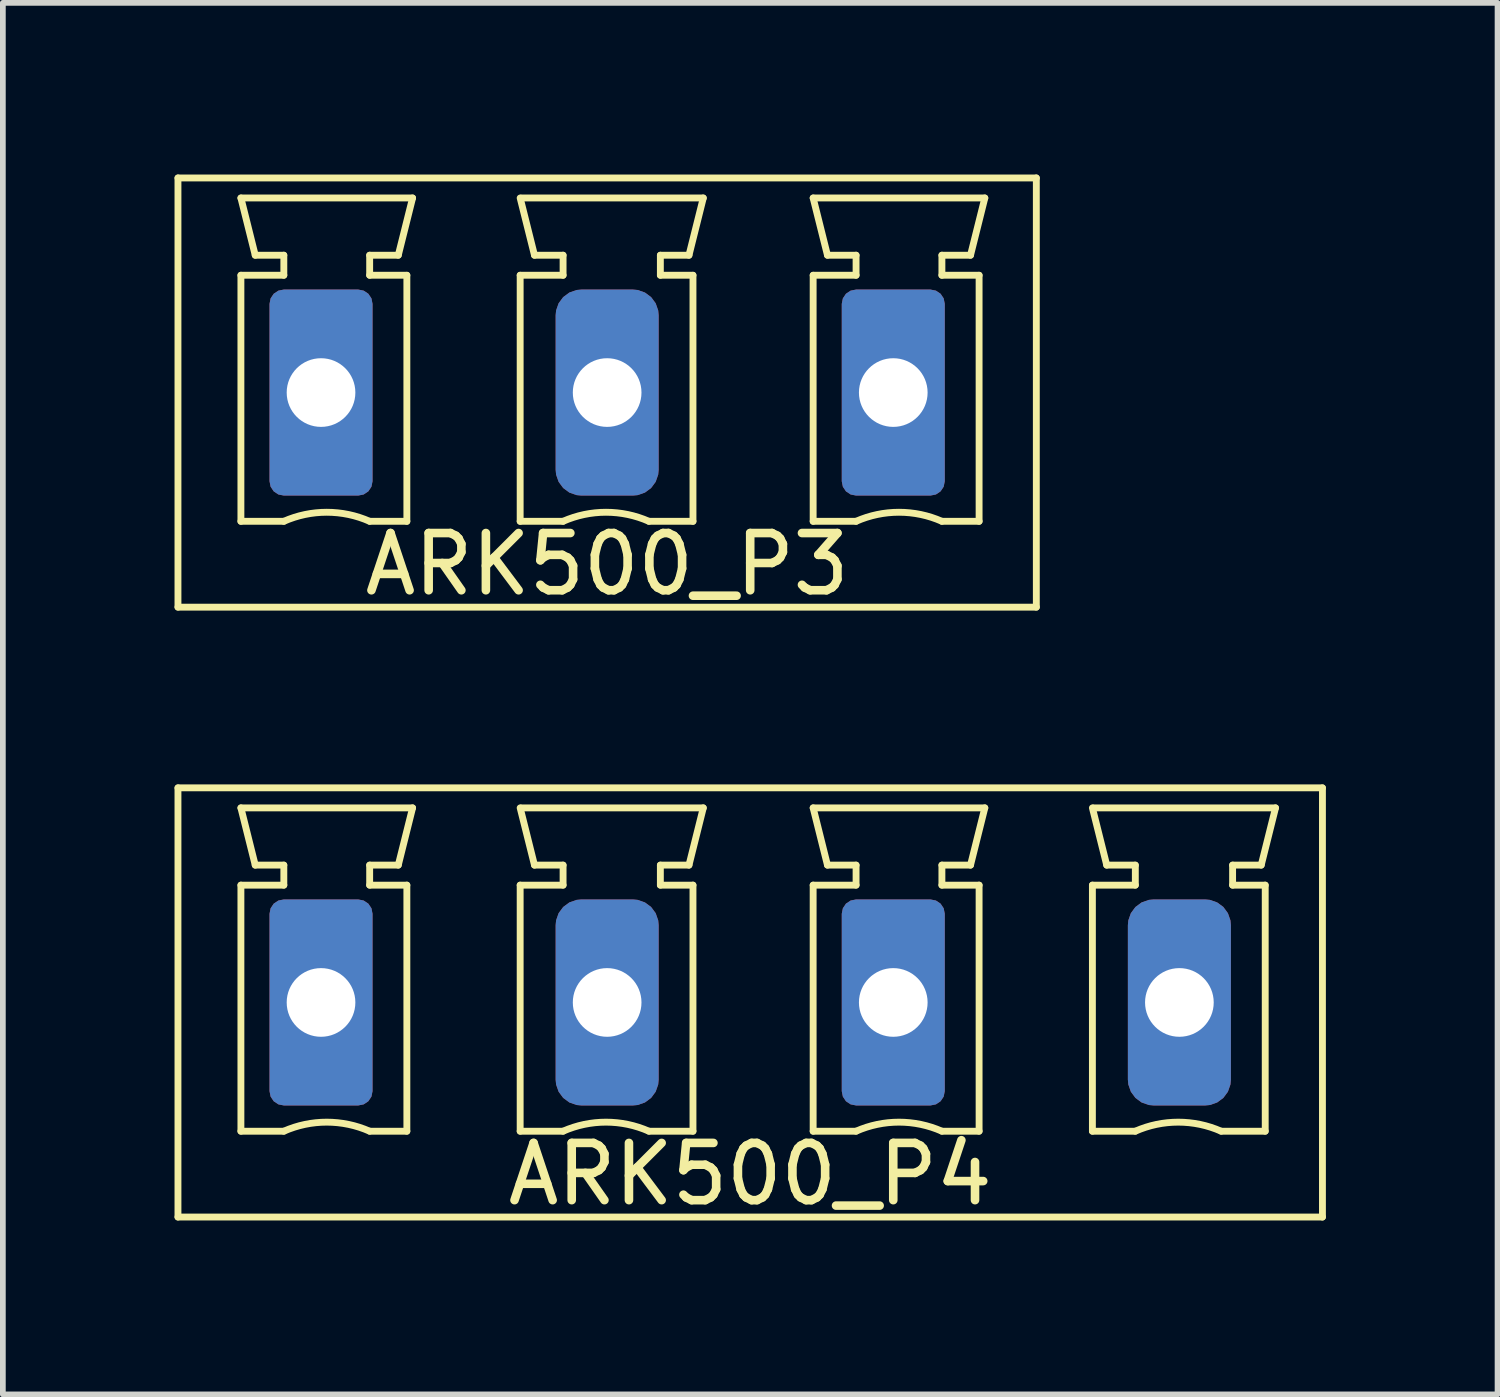
<source format=kicad_pcb>
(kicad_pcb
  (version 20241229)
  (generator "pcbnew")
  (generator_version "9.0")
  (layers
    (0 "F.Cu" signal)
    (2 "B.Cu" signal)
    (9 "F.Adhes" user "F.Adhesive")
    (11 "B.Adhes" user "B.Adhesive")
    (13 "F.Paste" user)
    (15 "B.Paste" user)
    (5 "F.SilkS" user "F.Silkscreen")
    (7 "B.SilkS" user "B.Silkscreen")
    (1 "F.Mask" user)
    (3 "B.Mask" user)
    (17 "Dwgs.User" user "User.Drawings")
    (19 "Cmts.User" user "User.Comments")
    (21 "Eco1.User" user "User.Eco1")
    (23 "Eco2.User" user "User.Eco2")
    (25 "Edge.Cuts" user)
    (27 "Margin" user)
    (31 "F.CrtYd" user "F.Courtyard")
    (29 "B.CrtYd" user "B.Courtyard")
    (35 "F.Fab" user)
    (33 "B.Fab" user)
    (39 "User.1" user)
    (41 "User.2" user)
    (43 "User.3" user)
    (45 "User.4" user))
  (footprint "ARK500_P4"
    (layer "F.Cu")
    (at 10.06 14.468)
    (property "Reference" "ARK500_P4" (at 0 3 0) (layer "F.SilkS") (effects (font (size 1 1) (thickness 0.15))))
    (attr through_hole)
    (fp_line (start -10 -3.75) (end -10 3.75) (stroke (width 0.12) (type solid)) (layer "F.SilkS"))
    (fp_line (start -10 3.75) (end 10 3.75) (stroke (width 0.12) (type solid)) (layer "F.SilkS"))
    (fp_line (start -8.9 -3.4) (end -5.9 -3.4) (stroke (width 0.12) (type solid)) (layer "F.SilkS"))
    (fp_line (start -8.9 -2.05) (end -8.15 -2.05) (stroke (width 0.12) (type solid)) (layer "F.SilkS"))
    (fp_line (start -8.9 2.25) (end -8.9 -2.05) (stroke (width 0.12) (type solid)) (layer "F.SilkS"))
    (fp_line (start -8.65 -2.4) (end -8.9 -3.4) (stroke (width 0.12) (type solid)) (layer "F.SilkS"))
    (fp_line (start -8.15 -2.4) (end -8.65 -2.4) (stroke (width 0.12) (type solid)) (layer "F.SilkS"))
    (fp_line (start -8.15 -2.05) (end -8.15 -2.4) (stroke (width 0.12) (type solid)) (layer "F.SilkS"))
    (fp_line (start -8.15 2.25) (end -8.9 2.25) (stroke (width 0.12) (type solid)) (layer "F.SilkS"))
    (fp_line (start -6.65 -2.4) (end -6.65 -2.05) (stroke (width 0.12) (type solid)) (layer "F.SilkS"))
    (fp_line (start -6.65 -2.05) (end -6 -2.05) (stroke (width 0.12) (type solid)) (layer "F.SilkS"))
    (fp_line (start -6.15 -2.4) (end -6.65 -2.4) (stroke (width 0.12) (type solid)) (layer "F.SilkS"))
    (fp_line (start -6 -2.05) (end -6 2.25) (stroke (width 0.12) (type solid)) (layer "F.SilkS"))
    (fp_line (start -6 2.25) (end -6.65 2.25) (stroke (width 0.12) (type solid)) (layer "F.SilkS"))
    (fp_line (start -5.9 -3.4) (end -6.15 -2.4) (stroke (width 0.12) (type solid)) (layer "F.SilkS"))
    (fp_line (start -4.02 -2.05) (end -3.27 -2.05) (stroke (width 0.12) (type solid)) (layer "F.SilkS"))
    (fp_line (start -4.02 2.25) (end -4.02 -2.05) (stroke (width 0.12) (type solid)) (layer "F.SilkS"))
    (fp_line (start -4 -3.4) (end -0.82 -3.4) (stroke (width 0.12) (type solid)) (layer "F.SilkS"))
    (fp_line (start -3.77 -2.4) (end -4.02 -3.4) (stroke (width 0.12) (type solid)) (layer "F.SilkS"))
    (fp_line (start -3.27 -2.4) (end -3.77 -2.4) (stroke (width 0.12) (type solid)) (layer "F.SilkS"))
    (fp_line (start -3.27 -2.05) (end -3.27 -2.4) (stroke (width 0.12) (type solid)) (layer "F.SilkS"))
    (fp_line (start -3.27 2.25) (end -4.02 2.25) (stroke (width 0.12) (type solid)) (layer "F.SilkS"))
    (fp_line (start -1.57 -2.4) (end -1.57 -2.05) (stroke (width 0.12) (type solid)) (layer "F.SilkS"))
    (fp_line (start -1.57 -2.05) (end -1 -2.05) (stroke (width 0.12) (type solid)) (layer "F.SilkS"))
    (fp_line (start -1.07 -2.4) (end -1.57 -2.4) (stroke (width 0.12) (type solid)) (layer "F.SilkS"))
    (fp_line (start -1 -2.05) (end -1 2.25) (stroke (width 0.12) (type solid)) (layer "F.SilkS"))
    (fp_line (start -1 2.25) (end -1.77 2.25) (stroke (width 0.12) (type solid)) (layer "F.SilkS"))
    (fp_line (start -0.82 -3.4) (end -1.07 -2.4) (stroke (width 0.12) (type solid)) (layer "F.SilkS"))
    (fp_line (start 1.1 -3.4) (end 4.1 -3.4) (stroke (width 0.12) (type solid)) (layer "F.SilkS"))
    (fp_line (start 1.1 -2.05) (end 1.85 -2.05) (stroke (width 0.12) (type solid)) (layer "F.SilkS"))
    (fp_line (start 1.1 2.25) (end 1.1 -2.05) (stroke (width 0.12) (type solid)) (layer "F.SilkS"))
    (fp_line (start 1.35 -2.4) (end 1.1 -3.4) (stroke (width 0.12) (type solid)) (layer "F.SilkS"))
    (fp_line (start 1.85 -2.4) (end 1.35 -2.4) (stroke (width 0.12) (type solid)) (layer "F.SilkS"))
    (fp_line (start 1.85 -2.05) (end 1.85 -2.4) (stroke (width 0.12) (type solid)) (layer "F.SilkS"))
    (fp_line (start 1.85 2.25) (end 1.1 2.25) (stroke (width 0.12) (type solid)) (layer "F.SilkS"))
    (fp_line (start 3.35 -2.4) (end 3.35 -2.05) (stroke (width 0.12) (type solid)) (layer "F.SilkS"))
    (fp_line (start 3.35 -2.05) (end 4 -2.05) (stroke (width 0.12) (type solid)) (layer "F.SilkS"))
    (fp_line (start 3.85 -2.4) (end 3.35 -2.4) (stroke (width 0.12) (type solid)) (layer "F.SilkS"))
    (fp_line (start 4 -2.05) (end 4 2.25) (stroke (width 0.12) (type solid)) (layer "F.SilkS"))
    (fp_line (start 4 2.25) (end 3.35 2.25) (stroke (width 0.12) (type solid)) (layer "F.SilkS"))
    (fp_line (start 4.1 -3.4) (end 3.85 -2.4) (stroke (width 0.12) (type solid)) (layer "F.SilkS"))
    (fp_line (start 5.98 -2.05) (end 6.73 -2.05) (stroke (width 0.12) (type solid)) (layer "F.SilkS"))
    (fp_line (start 5.98 2.25) (end 5.98 -2.05) (stroke (width 0.12) (type solid)) (layer "F.SilkS"))
    (fp_line (start 6 -3.4) (end 9.18 -3.4) (stroke (width 0.12) (type solid)) (layer "F.SilkS"))
    (fp_line (start 6.23 -2.4) (end 5.98 -3.4) (stroke (width 0.12) (type solid)) (layer "F.SilkS"))
    (fp_line (start 6.73 -2.4) (end 6.23 -2.4) (stroke (width 0.12) (type solid)) (layer "F.SilkS"))
    (fp_line (start 6.73 -2.05) (end 6.73 -2.4) (stroke (width 0.12) (type solid)) (layer "F.SilkS"))
    (fp_line (start 6.73 2.25) (end 5.98 2.25) (stroke (width 0.12) (type solid)) (layer "F.SilkS"))
    (fp_line (start 8.43 -2.4) (end 8.43 -2.05) (stroke (width 0.12) (type solid)) (layer "F.SilkS"))
    (fp_line (start 8.43 -2.05) (end 9 -2.05) (stroke (width 0.12) (type solid)) (layer "F.SilkS"))
    (fp_line (start 8.93 -2.4) (end 8.43 -2.4) (stroke (width 0.12) (type solid)) (layer "F.SilkS"))
    (fp_line (start 9 -2.05) (end 9 2.25) (stroke (width 0.12) (type solid)) (layer "F.SilkS"))
    (fp_line (start 9 2.25) (end 8.23 2.25) (stroke (width 0.12) (type solid)) (layer "F.SilkS"))
    (fp_line (start 9.18 -3.4) (end 8.93 -2.4) (stroke (width 0.12) (type solid)) (layer "F.SilkS"))
    (fp_line (start 10 -3.75) (end -10 -3.75) (stroke (width 0.12) (type solid)) (layer "F.SilkS"))
    (fp_line (start 10 3.75) (end 10 -3.75) (stroke (width 0.12) (type solid)) (layer "F.SilkS"))
    (fp_arc (start -8.15 2.25) (mid -7.400193 2.09191) (end -6.650353 2.249844) (stroke (width 0.12) (type solid)) (layer "F.SilkS"))
    (fp_arc (start -3.27 2.25) (mid -2.520193 2.09191) (end -1.770353 2.249844) (stroke (width 0.12) (type solid)) (layer "F.SilkS"))
    (fp_arc (start 1.85 2.25) (mid 2.599807 2.09191) (end 3.349647 2.249844) (stroke (width 0.12) (type solid)) (layer "F.SilkS"))
    (fp_arc (start 6.73 2.25) (mid 7.479807 2.09191) (end 8.229647 2.249844) (stroke (width 0.12) (type solid)) (layer "F.SilkS"))
    (pad "1" thru_hole roundrect (at -7.5 0) (size 1.8 3.6) (drill 1.2) (layers "*.Cu" "*.Mask") (roundrect_rratio 0.139))
    (pad "2" thru_hole roundrect (at -2.5 0) (size 1.8 3.6) (drill 1.2) (layers "*.Cu" "*.Mask") (roundrect_rratio 0.25))
    (pad "3" thru_hole roundrect (at 2.5 0) (size 1.8 3.6) (drill 1.2) (layers "*.Cu" "*.Mask") (roundrect_rratio 0.139))
    (pad "4" thru_hole roundrect (at 7.5 0) (size 1.8 3.6) (drill 1.2) (layers "*.Cu" "*.Mask") (roundrect_rratio 0.25)))
  (footprint "ARK500_P3"
    (layer "F.Cu")
    (at 7.56 3.81)
    (property "Reference" "ARK500_P3" (at 0 3 0) (layer "F.SilkS") (effects (font (size 1 1) (thickness 0.15))))
    (attr through_hole)
    (fp_line (start -7.5 -3.75) (end -7.5 3.75) (stroke (width 0.12) (type solid)) (layer "F.SilkS"))
    (fp_line (start -7.5 3.75) (end 7.5 3.75) (stroke (width 0.12) (type solid)) (layer "F.SilkS"))
    (fp_line (start -6.4 -3.4) (end -3.4 -3.4) (stroke (width 0.12) (type solid)) (layer "F.SilkS"))
    (fp_line (start -6.4 -2.05) (end -5.65 -2.05) (stroke (width 0.12) (type solid)) (layer "F.SilkS"))
    (fp_line (start -6.4 2.25) (end -6.4 -2.05) (stroke (width 0.12) (type solid)) (layer "F.SilkS"))
    (fp_line (start -6.15 -2.4) (end -6.4 -3.4) (stroke (width 0.12) (type solid)) (layer "F.SilkS"))
    (fp_line (start -5.65 -2.4) (end -6.15 -2.4) (stroke (width 0.12) (type solid)) (layer "F.SilkS"))
    (fp_line (start -5.65 -2.05) (end -5.65 -2.4) (stroke (width 0.12) (type solid)) (layer "F.SilkS"))
    (fp_line (start -5.65 2.25) (end -6.4 2.25) (stroke (width 0.12) (type solid)) (layer "F.SilkS"))
    (fp_line (start -4.15 -2.4) (end -4.15 -2.05) (stroke (width 0.12) (type solid)) (layer "F.SilkS"))
    (fp_line (start -4.15 -2.05) (end -3.5 -2.05) (stroke (width 0.12) (type solid)) (layer "F.SilkS"))
    (fp_line (start -3.65 -2.4) (end -4.15 -2.4) (stroke (width 0.12) (type solid)) (layer "F.SilkS"))
    (fp_line (start -3.5 -2.05) (end -3.5 2.25) (stroke (width 0.12) (type solid)) (layer "F.SilkS"))
    (fp_line (start -3.5 2.25) (end -4.15 2.25) (stroke (width 0.12) (type solid)) (layer "F.SilkS"))
    (fp_line (start -3.4 -3.4) (end -3.65 -2.4) (stroke (width 0.12) (type solid)) (layer "F.SilkS"))
    (fp_line (start -1.52 -2.05) (end -0.77 -2.05) (stroke (width 0.12) (type solid)) (layer "F.SilkS"))
    (fp_line (start -1.52 2.25) (end -1.52 -2.05) (stroke (width 0.12) (type solid)) (layer "F.SilkS"))
    (fp_line (start -1.5 -3.4) (end 1.68 -3.4) (stroke (width 0.12) (type solid)) (layer "F.SilkS"))
    (fp_line (start -1.27 -2.4) (end -1.52 -3.4) (stroke (width 0.12) (type solid)) (layer "F.SilkS"))
    (fp_line (start -0.77 -2.4) (end -1.27 -2.4) (stroke (width 0.12) (type solid)) (layer "F.SilkS"))
    (fp_line (start -0.77 -2.05) (end -0.77 -2.4) (stroke (width 0.12) (type solid)) (layer "F.SilkS"))
    (fp_line (start -0.77 2.25) (end -1.52 2.25) (stroke (width 0.12) (type solid)) (layer "F.SilkS"))
    (fp_line (start 0.93 -2.4) (end 0.93 -2.05) (stroke (width 0.12) (type solid)) (layer "F.SilkS"))
    (fp_line (start 0.93 -2.05) (end 1.5 -2.05) (stroke (width 0.12) (type solid)) (layer "F.SilkS"))
    (fp_line (start 1.43 -2.4) (end 0.93 -2.4) (stroke (width 0.12) (type solid)) (layer "F.SilkS"))
    (fp_line (start 1.5 -2.05) (end 1.5 2.25) (stroke (width 0.12) (type solid)) (layer "F.SilkS"))
    (fp_line (start 1.5 2.25) (end 0.73 2.25) (stroke (width 0.12) (type solid)) (layer "F.SilkS"))
    (fp_line (start 1.68 -3.4) (end 1.43 -2.4) (stroke (width 0.12) (type solid)) (layer "F.SilkS"))
    (fp_line (start 3.6 -3.4) (end 6.6 -3.4) (stroke (width 0.12) (type solid)) (layer "F.SilkS"))
    (fp_line (start 3.6 -2.05) (end 4.35 -2.05) (stroke (width 0.12) (type solid)) (layer "F.SilkS"))
    (fp_line (start 3.6 2.25) (end 3.6 -2.05) (stroke (width 0.12) (type solid)) (layer "F.SilkS"))
    (fp_line (start 3.85 -2.4) (end 3.6 -3.4) (stroke (width 0.12) (type solid)) (layer "F.SilkS"))
    (fp_line (start 4.35 -2.4) (end 3.85 -2.4) (stroke (width 0.12) (type solid)) (layer "F.SilkS"))
    (fp_line (start 4.35 -2.05) (end 4.35 -2.4) (stroke (width 0.12) (type solid)) (layer "F.SilkS"))
    (fp_line (start 4.35 2.25) (end 3.6 2.25) (stroke (width 0.12) (type solid)) (layer "F.SilkS"))
    (fp_line (start 5.85 -2.4) (end 5.85 -2.05) (stroke (width 0.12) (type solid)) (layer "F.SilkS"))
    (fp_line (start 5.85 -2.05) (end 6.5 -2.05) (stroke (width 0.12) (type solid)) (layer "F.SilkS"))
    (fp_line (start 6.35 -2.4) (end 5.85 -2.4) (stroke (width 0.12) (type solid)) (layer "F.SilkS"))
    (fp_line (start 6.5 -2.05) (end 6.5 2.25) (stroke (width 0.12) (type solid)) (layer "F.SilkS"))
    (fp_line (start 6.5 2.25) (end 5.85 2.25) (stroke (width 0.12) (type solid)) (layer "F.SilkS"))
    (fp_line (start 6.6 -3.4) (end 6.35 -2.4) (stroke (width 0.12) (type solid)) (layer "F.SilkS"))
    (fp_line (start 7.5 -3.75) (end -7.5 -3.75) (stroke (width 0.12) (type solid)) (layer "F.SilkS"))
    (fp_line (start 7.5 3.75) (end 7.5 -3.75) (stroke (width 0.12) (type solid)) (layer "F.SilkS"))
    (fp_arc (start -5.65 2.25) (mid -4.900193 2.09191) (end -4.150353 2.249844) (stroke (width 0.12) (type solid)) (layer "F.SilkS"))
    (fp_arc (start -0.77 2.25) (mid -0.020193 2.09191) (end 0.729647 2.249844) (stroke (width 0.12) (type solid)) (layer "F.SilkS"))
    (fp_arc (start 4.35 2.25) (mid 5.099807 2.09191) (end 5.849647 2.249844) (stroke (width 0.12) (type solid)) (layer "F.SilkS"))
    (pad "1" thru_hole roundrect (at -5 0) (size 1.8 3.6) (drill 1.2) (layers "*.Cu" "*.Mask") (roundrect_rratio 0.139))
    (pad "2" thru_hole roundrect (at 0 0) (size 1.8 3.6) (drill 1.2) (layers "*.Cu" "*.Mask") (roundrect_rratio 0.25))
    (pad "3" thru_hole roundrect (at 5 0) (size 1.8 3.6) (drill 1.2) (layers "*.Cu" "*.Mask") (roundrect_rratio 0.139)))
  (gr_rect
    (start -3 -3)
    (end 23.12 21.317)
    (stroke (width 0.1) (type default))
    (fill no)
    (layer "Edge.Cuts")))
</source>
